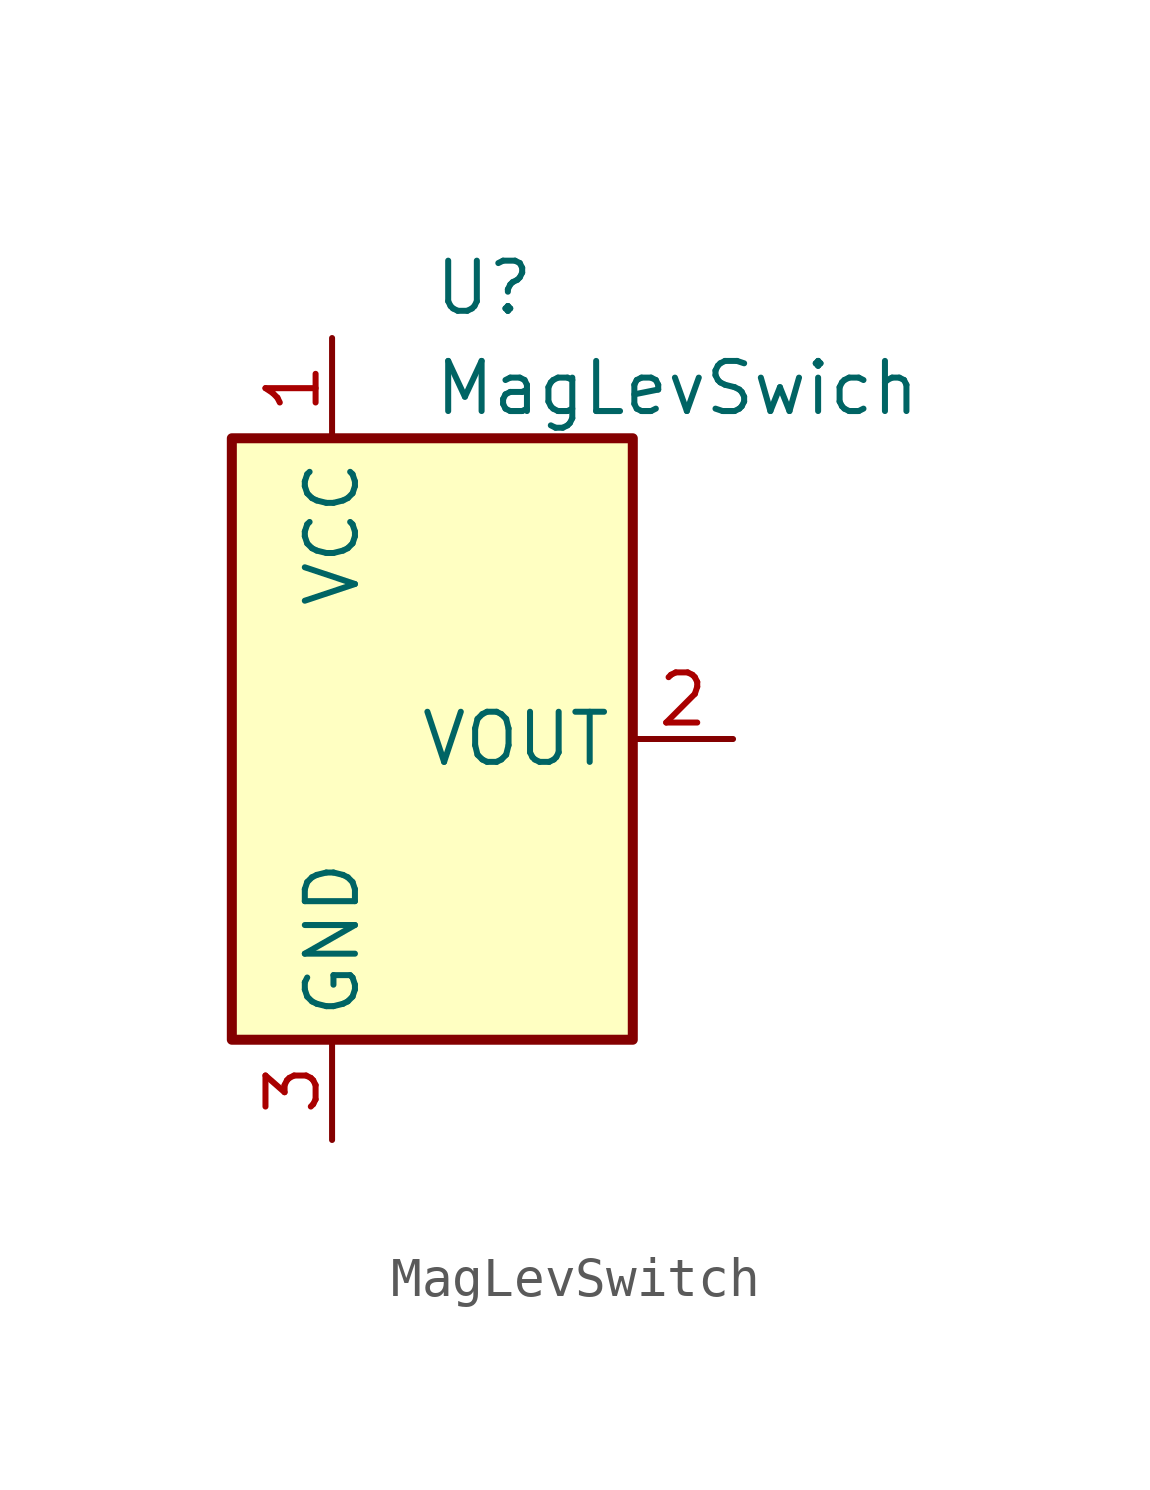
<source format=kicad_sym>
(kicad_symbol_lib
  (version 20220914)
  (generator kicad_symbol_editor)
  (symbol "MagLevSwitch"
    (property "Reference" "U"
      (at 0 11.43 0)
      (effects (font (size 1.27 1.27)) (justify left)))
    (property "Value" "MagLevSwich"
      (at 0 8.89 0)
      (effects (font (size 1.27 1.27)) (justify left)))
    (property "Footprint" ""
      (at 0 -8.89 0)
      (effects (font (size 1.27 1.27) italic) (justify left)))
    (symbol "MagLevSwitch_0_1"
      (rectangle (start -5.08 7.62) (end 5.08 -7.62) (stroke (width 0.254) (type default)) (fill (type background))))
    (symbol "MagLevSwitch_1_1"
      (pin power_in line (at -2.54 10.16 270) (length 2.54) (name "VCC" (effects (font (size 1.27 1.27)))) (number "1" (effects (font (size 1.27 1.27)))))
      (pin output line (at 7.62 0 180) (length 2.54) (name "VOUT" (effects (font (size 1.27 1.27)))) (number "2" (effects (font (size 1.27 1.27)))))
      (pin power_in line (at -2.54 -10.16 90) (length 2.54) (name "GND" (effects (font (size 1.27 1.27)))) (number "3" (effects (font (size 1.27 1.27))))))))
</source>
